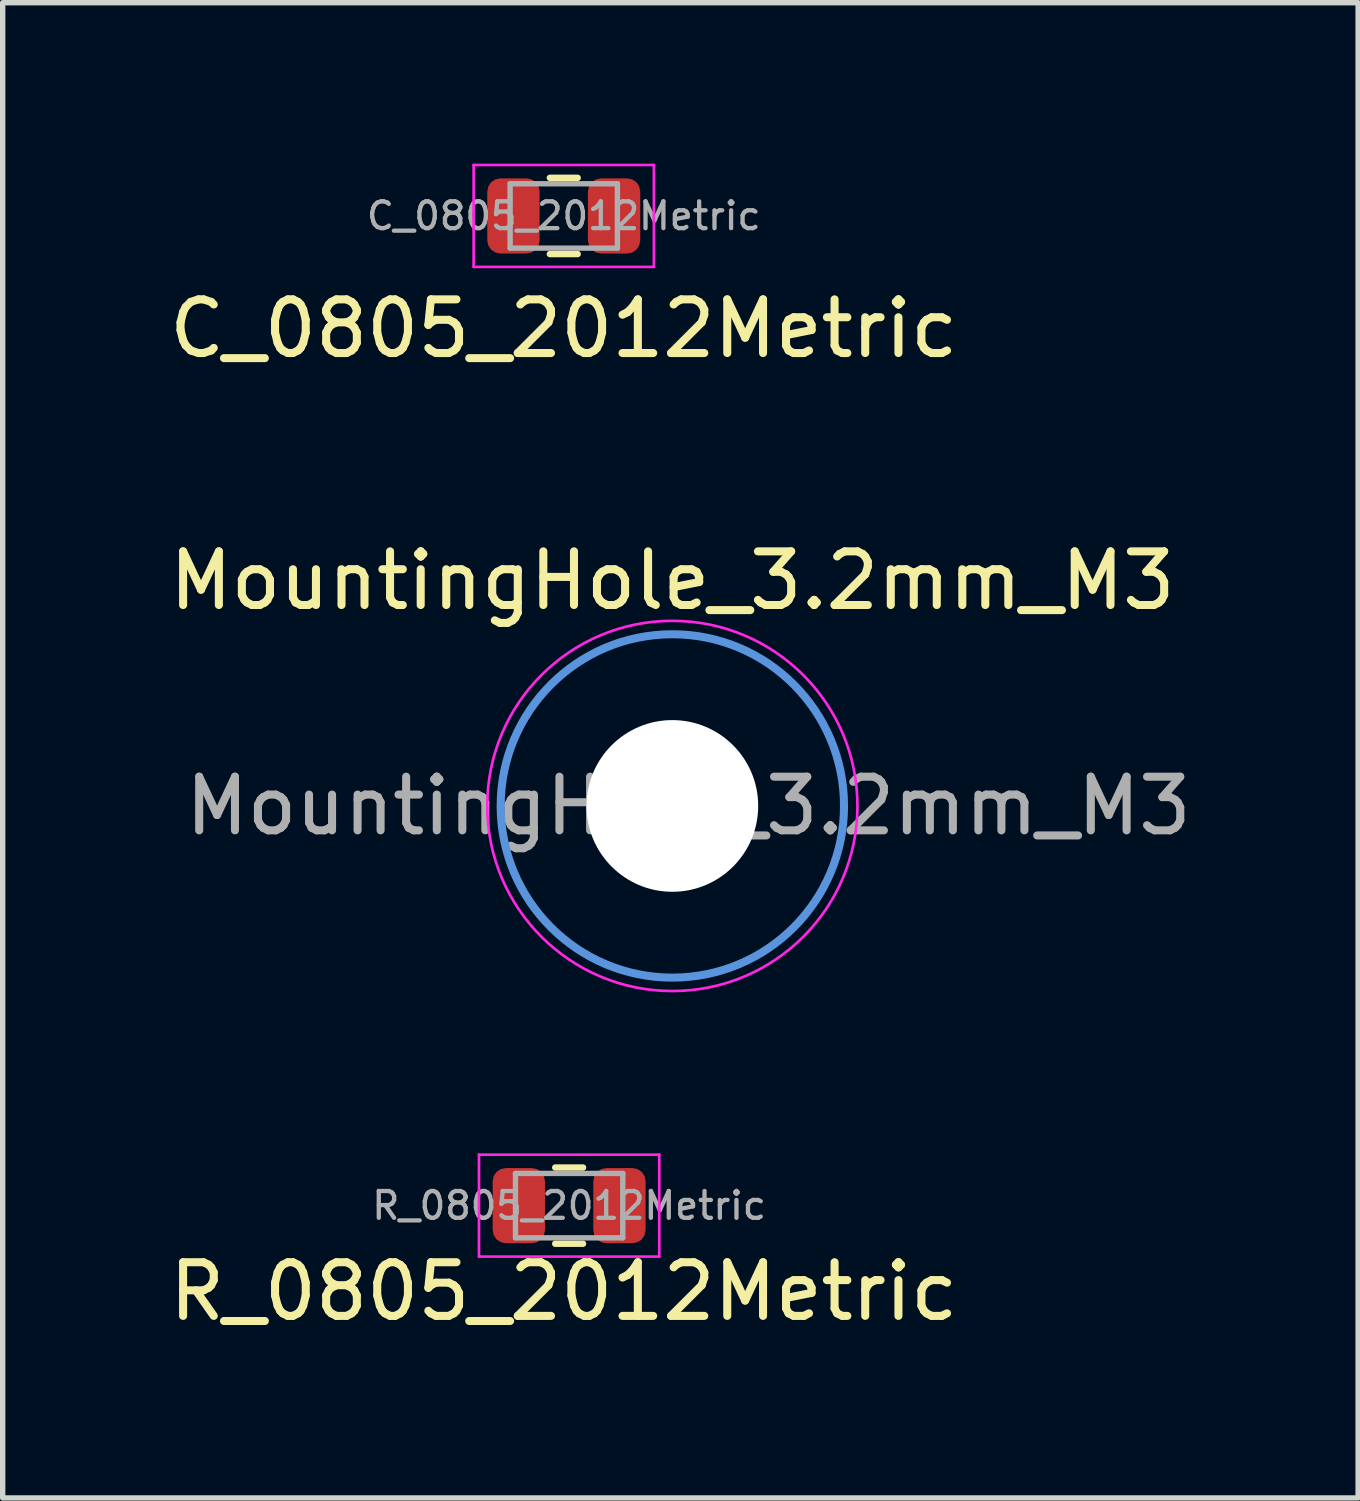
<source format=kicad_pcb>
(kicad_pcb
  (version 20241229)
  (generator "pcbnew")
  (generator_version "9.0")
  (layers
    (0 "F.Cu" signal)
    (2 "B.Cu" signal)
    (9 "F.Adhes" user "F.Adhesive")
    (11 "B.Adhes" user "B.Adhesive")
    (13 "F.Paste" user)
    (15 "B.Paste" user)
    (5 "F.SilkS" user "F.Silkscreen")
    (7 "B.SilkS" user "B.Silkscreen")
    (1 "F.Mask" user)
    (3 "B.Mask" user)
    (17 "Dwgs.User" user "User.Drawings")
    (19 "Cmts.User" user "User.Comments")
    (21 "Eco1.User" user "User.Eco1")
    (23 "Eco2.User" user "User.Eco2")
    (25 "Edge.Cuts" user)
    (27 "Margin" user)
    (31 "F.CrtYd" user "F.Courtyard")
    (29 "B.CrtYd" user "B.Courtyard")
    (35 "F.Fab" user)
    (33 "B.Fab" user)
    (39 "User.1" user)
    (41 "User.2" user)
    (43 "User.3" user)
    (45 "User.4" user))
  (footprint "C_0805_2012Metric"
    (layer "F.Cu")
    (at 7.458 0.975)
    (property "Reference" "C_0805_2012Metric" (at 0 2.1 0) (layer "F.SilkS") (effects (font (size 1 1) (thickness 0.15))))
    (attr smd)
    (fp_line (start -0.259 -0.71) (end 0.259 -0.71) (stroke (width 0.12) (type solid)) (layer "F.SilkS"))
    (fp_line (start -0.259 0.71) (end 0.259 0.71) (stroke (width 0.12) (type solid)) (layer "F.SilkS"))
    (fp_line (start -1.68 -0.95) (end 1.68 -0.95) (stroke (width 0.05) (type solid)) (layer "F.CrtYd"))
    (fp_line (start -1.68 0.95) (end -1.68 -0.95) (stroke (width 0.05) (type solid)) (layer "F.CrtYd"))
    (fp_line (start 1.68 -0.95) (end 1.68 0.95) (stroke (width 0.05) (type solid)) (layer "F.CrtYd"))
    (fp_line (start 1.68 0.95) (end -1.68 0.95) (stroke (width 0.05) (type solid)) (layer "F.CrtYd"))
    (fp_line (start -1 -0.6) (end 1 -0.6) (stroke (width 0.1) (type solid)) (layer "F.Fab"))
    (fp_line (start -1 0.6) (end -1 -0.6) (stroke (width 0.1) (type solid)) (layer "F.Fab"))
    (fp_line (start 1 -0.6) (end 1 0.6) (stroke (width 0.1) (type solid)) (layer "F.Fab"))
    (fp_line (start 1 0.6) (end -1 0.6) (stroke (width 0.1) (type solid)) (layer "F.Fab"))
    (fp_text user "${REFERENCE}" (at 0 0 0) (layer "F.Fab") (effects (font (size 0.5 0.5) (thickness 0.08))))
    (pad "1" smd roundrect (at -0.938 0) (size 0.975 1.4) (layers "F.Cu" "F.Mask" "F.Paste") (roundrect_rratio 0.25))
    (pad "2" smd roundrect (at 0.938 0) (size 0.975 1.4) (layers "F.Cu" "F.Mask" "F.Paste") (roundrect_rratio 0.25)))
  (footprint "R_0805_2012Metric"
    (layer "F.Cu")
    (at 7.558 19.422)
    (property "Reference" "R_0805_2012Metric" (at -0.1 1.6 0) (layer "F.SilkS") (effects (font (size 1 1) (thickness 0.15))))
    (attr smd)
    (fp_line (start -0.259 -0.71) (end 0.259 -0.71) (stroke (width 0.12) (type solid)) (layer "F.SilkS"))
    (fp_line (start -0.259 0.71) (end 0.259 0.71) (stroke (width 0.12) (type solid)) (layer "F.SilkS"))
    (fp_line (start -1.68 -0.95) (end 1.68 -0.95) (stroke (width 0.05) (type solid)) (layer "F.CrtYd"))
    (fp_line (start -1.68 0.95) (end -1.68 -0.95) (stroke (width 0.05) (type solid)) (layer "F.CrtYd"))
    (fp_line (start 1.68 -0.95) (end 1.68 0.95) (stroke (width 0.05) (type solid)) (layer "F.CrtYd"))
    (fp_line (start 1.68 0.95) (end -1.68 0.95) (stroke (width 0.05) (type solid)) (layer "F.CrtYd"))
    (fp_line (start -1 -0.6) (end 1 -0.6) (stroke (width 0.1) (type solid)) (layer "F.Fab"))
    (fp_line (start -1 0.6) (end -1 -0.6) (stroke (width 0.1) (type solid)) (layer "F.Fab"))
    (fp_line (start 1 -0.6) (end 1 0.6) (stroke (width 0.1) (type solid)) (layer "F.Fab"))
    (fp_line (start 1 0.6) (end -1 0.6) (stroke (width 0.1) (type solid)) (layer "F.Fab"))
    (fp_text user "${REFERENCE}" (at 0 0 0) (layer "F.Fab") (effects (font (size 0.5 0.5) (thickness 0.08))))
    (pad "1" smd roundrect (at -0.938 0) (size 0.975 1.4) (layers "F.Cu" "F.Mask" "F.Paste") (roundrect_rratio 0.25))
    (pad "2" smd roundrect (at 0.938 0) (size 0.975 1.4) (layers "F.Cu" "F.Mask" "F.Paste") (roundrect_rratio 0.25)))
  (footprint "MountingHole_3.2mm_M3"
    (layer "F.Cu")
    (at 9.482 11.972)
    (property "Reference" "MountingHole_3.2mm_M3" (at 0 -4.2 0) (layer "F.SilkS") (effects (font (size 1 1) (thickness 0.15))))
    (attr exclude_from_pos_files exclude_from_bom)
    (fp_circle (center 0 0) (end 3.2 0) (stroke (width 0.15) (type solid)) (fill no) (layer "Cmts.User"))
    (fp_circle (center 0 0) (end 3.45 0) (stroke (width 0.05) (type solid)) (fill no) (layer "F.CrtYd"))
    (fp_text user "${REFERENCE}" (at 0.3 0 0) (layer "F.Fab") (effects (font (size 1 1) (thickness 0.15))))
    (pad "" np_thru_hole circle (at 0 0) (size 3.2 3.2) (drill 3.2) (layers "*.Cu" "*.Mask")))
  (gr_rect
    (start -3 -3)
    (end 22.264 24.87)
    (stroke (width 0.1) (type default))
    (fill no)
    (layer "Edge.Cuts")))
</source>
